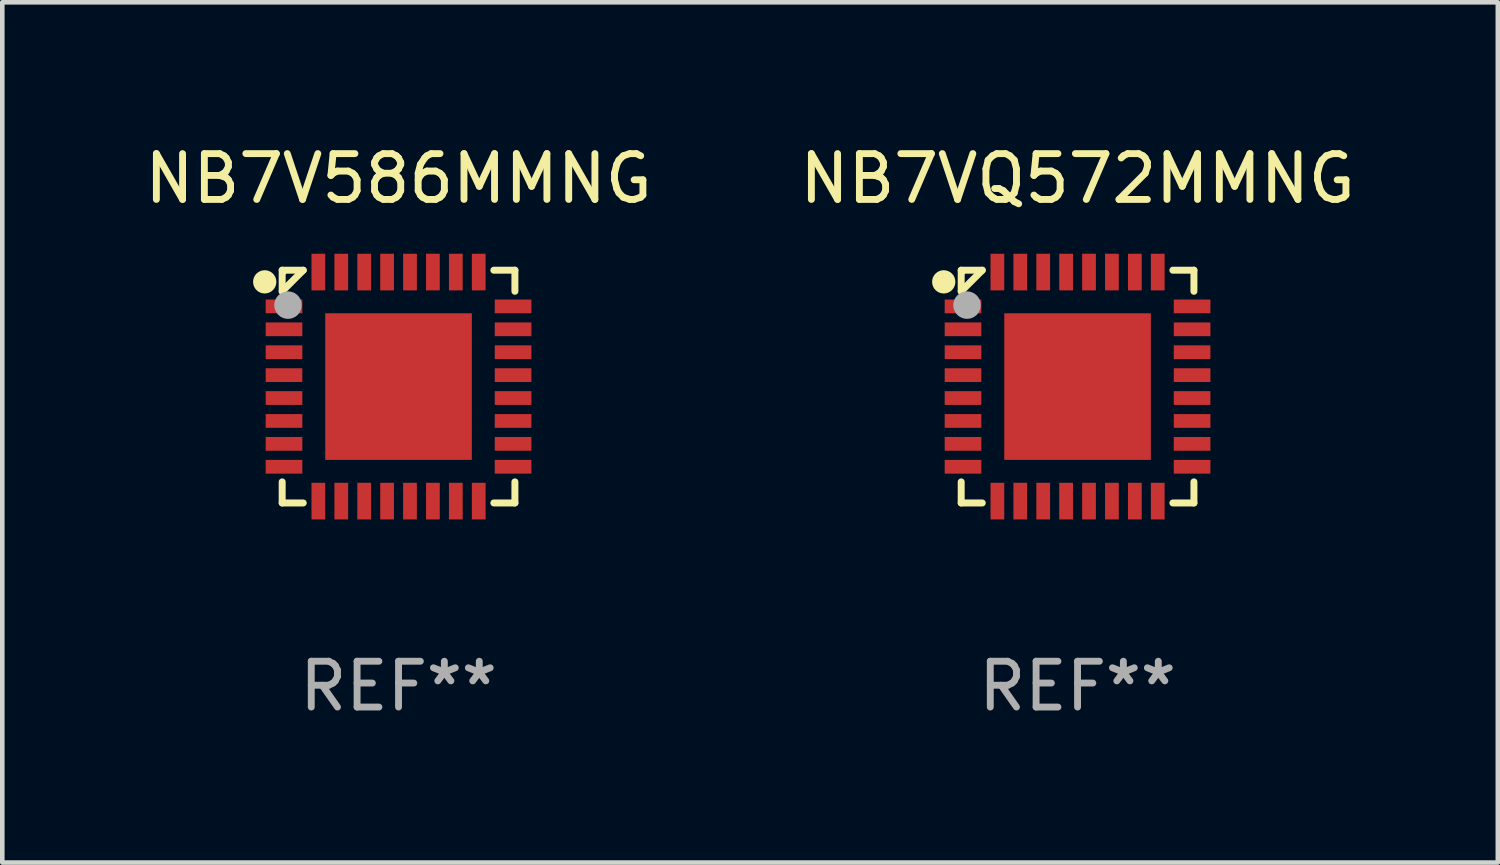
<source format=kicad_pcb>
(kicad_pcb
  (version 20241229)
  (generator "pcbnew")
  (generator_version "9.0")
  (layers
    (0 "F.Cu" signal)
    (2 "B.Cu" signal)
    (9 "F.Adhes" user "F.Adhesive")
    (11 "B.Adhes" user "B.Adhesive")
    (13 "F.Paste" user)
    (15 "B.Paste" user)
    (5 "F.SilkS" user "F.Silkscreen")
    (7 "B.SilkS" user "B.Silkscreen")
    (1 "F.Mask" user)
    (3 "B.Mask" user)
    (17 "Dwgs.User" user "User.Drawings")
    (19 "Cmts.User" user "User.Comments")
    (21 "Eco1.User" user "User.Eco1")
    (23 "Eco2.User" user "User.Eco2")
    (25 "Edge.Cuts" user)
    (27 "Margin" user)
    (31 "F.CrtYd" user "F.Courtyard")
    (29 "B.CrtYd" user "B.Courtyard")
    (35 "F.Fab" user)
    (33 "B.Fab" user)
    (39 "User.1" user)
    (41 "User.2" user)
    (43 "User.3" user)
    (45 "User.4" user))
  (footprint "NB7V586MMNG"
    (layer "F.Cu")
    (at 5.649 5.388)
    (property "Reference" "NB7V586MMNG" (at 0 -4.54 0) (layer "F.SilkS") (effects (font (size 1 1) (thickness 0.15))))
    (attr through_hole)
    (fp_line (start -2.54 -2.54) (end -2.08 -2.54) (stroke (width 0.152) (type solid)) (layer "F.SilkS"))
    (fp_line (start -2.54 -2.08) (end -2.54 -2.54) (stroke (width 0.152) (type solid)) (layer "F.SilkS"))
    (fp_line (start -2.54 -2.08) (end -2.08 -2.54) (stroke (width 0.152) (type solid)) (layer "F.SilkS"))
    (fp_line (start -2.54 2.54) (end -2.54 2.08) (stroke (width 0.152) (type solid)) (layer "F.SilkS"))
    (fp_line (start -2.08 2.54) (end -2.54 2.54) (stroke (width 0.152) (type solid)) (layer "F.SilkS"))
    (fp_line (start 2.08 -2.54) (end 2.54 -2.54) (stroke (width 0.152) (type solid)) (layer "F.SilkS"))
    (fp_line (start 2.54 -2.54) (end 2.54 -2.08) (stroke (width 0.152) (type solid)) (layer "F.SilkS"))
    (fp_line (start 2.54 2.08) (end 2.54 2.54) (stroke (width 0.152) (type solid)) (layer "F.SilkS"))
    (fp_line (start 2.54 2.54) (end 2.08 2.54) (stroke (width 0.152) (type solid)) (layer "F.SilkS"))
    (fp_circle (center -2.921 -2.286) (end -2.794 -2.286) (stroke (width 0.254) (type solid)) (fill no) (layer "F.SilkS"))
    (fp_circle (center -2.5 -2.5) (end -2.47 -2.5) (stroke (width 0.06) (type solid)) (fill no) (layer "F.SilkS"))
    (fp_circle (center -2.413 -1.778) (end -2.263 -1.778) (stroke (width 0.3) (type solid)) (fill no) (layer "F.Fab"))
    (fp_text user "REF**" (at 0 6.54 0) (layer "F.Fab") (effects (font (size 1 1) (thickness 0.15))))
    (pad "1" smd rect (at -2.5 -1.75 90) (size 0.3 0.8) (layers "F.Cu" "F.Mask" "F.Paste"))
    (pad "2" smd rect (at -2.5 -1.25 90) (size 0.3 0.8) (layers "F.Cu" "F.Mask" "F.Paste"))
    (pad "3" smd rect (at -2.5 -0.75 90) (size 0.3 0.8) (layers "F.Cu" "F.Mask" "F.Paste"))
    (pad "4" smd rect (at -2.5 -0.25 90) (size 0.3 0.8) (layers "F.Cu" "F.Mask" "F.Paste"))
    (pad "5" smd rect (at -2.5 0.25 90) (size 0.3 0.8) (layers "F.Cu" "F.Mask" "F.Paste"))
    (pad "6" smd rect (at -2.5 0.75 90) (size 0.3 0.8) (layers "F.Cu" "F.Mask" "F.Paste"))
    (pad "7" smd rect (at -2.5 1.25 90) (size 0.3 0.8) (layers "F.Cu" "F.Mask" "F.Paste"))
    (pad "8" smd rect (at -2.5 1.75 90) (size 0.3 0.8) (layers "F.Cu" "F.Mask" "F.Paste"))
    (pad "9" smd rect (at -1.75 2.5 180) (size 0.3 0.8) (layers "F.Cu" "F.Mask" "F.Paste"))
    (pad "10" smd rect (at -1.25 2.5 180) (size 0.3 0.8) (layers "F.Cu" "F.Mask" "F.Paste"))
    (pad "11" smd rect (at -0.75 2.5 180) (size 0.3 0.8) (layers "F.Cu" "F.Mask" "F.Paste"))
    (pad "12" smd rect (at -0.25 2.5 180) (size 0.3 0.8) (layers "F.Cu" "F.Mask" "F.Paste"))
    (pad "13" smd rect (at 0.25 2.5 180) (size 0.3 0.8) (layers "F.Cu" "F.Mask" "F.Paste"))
    (pad "14" smd rect (at 0.75 2.5 180) (size 0.3 0.8) (layers "F.Cu" "F.Mask" "F.Paste"))
    (pad "15" smd rect (at 1.25 2.5 180) (size 0.3 0.8) (layers "F.Cu" "F.Mask" "F.Paste"))
    (pad "16" smd rect (at 1.75 2.5 180) (size 0.3 0.8) (layers "F.Cu" "F.Mask" "F.Paste"))
    (pad "17" smd rect (at 2.5 1.75 270) (size 0.3 0.8) (layers "F.Cu" "F.Mask" "F.Paste"))
    (pad "18" smd rect (at 2.5 1.25 270) (size 0.3 0.8) (layers "F.Cu" "F.Mask" "F.Paste"))
    (pad "19" smd rect (at 2.5 0.75 270) (size 0.3 0.8) (layers "F.Cu" "F.Mask" "F.Paste"))
    (pad "20" smd rect (at 2.5 0.25 270) (size 0.3 0.8) (layers "F.Cu" "F.Mask" "F.Paste"))
    (pad "21" smd rect (at 2.5 -0.25 270) (size 0.3 0.8) (layers "F.Cu" "F.Mask" "F.Paste"))
    (pad "22" smd rect (at 2.5 -0.75 270) (size 0.3 0.8) (layers "F.Cu" "F.Mask" "F.Paste"))
    (pad "23" smd rect (at 2.5 -1.25 270) (size 0.3 0.8) (layers "F.Cu" "F.Mask" "F.Paste"))
    (pad "24" smd rect (at 2.5 -1.75 270) (size 0.3 0.8) (layers "F.Cu" "F.Mask" "F.Paste"))
    (pad "25" smd rect (at 1.75 -2.5) (size 0.3 0.8) (layers "F.Cu" "F.Mask" "F.Paste"))
    (pad "26" smd rect (at 1.25 -2.5) (size 0.3 0.8) (layers "F.Cu" "F.Mask" "F.Paste"))
    (pad "27" smd rect (at 0.75 -2.5) (size 0.3 0.8) (layers "F.Cu" "F.Mask" "F.Paste"))
    (pad "28" smd rect (at 0.25 -2.5) (size 0.3 0.8) (layers "F.Cu" "F.Mask" "F.Paste"))
    (pad "29" smd rect (at -0.25 -2.5) (size 0.3 0.8) (layers "F.Cu" "F.Mask" "F.Paste"))
    (pad "30" smd rect (at -0.75 -2.5) (size 0.3 0.8) (layers "F.Cu" "F.Mask" "F.Paste"))
    (pad "31" smd rect (at -1.25 -2.5) (size 0.3 0.8) (layers "F.Cu" "F.Mask" "F.Paste"))
    (pad "32" smd rect (at -1.75 -2.5) (size 0.3 0.8) (layers "F.Cu" "F.Mask" "F.Paste"))
    (pad "33" smd rect (at 0 0 90) (size 3.2 3.2) (layers "F.Cu" "F.Mask" "F.Paste")))
  (footprint "NB7VQ572MMNG"
    (layer "F.Cu")
    (at 20.47 5.388)
    (property "Reference" "NB7VQ572MMNG" (at 0 -4.54 0) (layer "F.SilkS") (effects (font (size 1 1) (thickness 0.15))))
    (attr through_hole)
    (fp_line (start -2.54 -2.54) (end -2.08 -2.54) (stroke (width 0.152) (type solid)) (layer "F.SilkS"))
    (fp_line (start -2.54 -2.08) (end -2.54 -2.54) (stroke (width 0.152) (type solid)) (layer "F.SilkS"))
    (fp_line (start -2.54 -2.08) (end -2.08 -2.54) (stroke (width 0.152) (type solid)) (layer "F.SilkS"))
    (fp_line (start -2.54 2.54) (end -2.54 2.08) (stroke (width 0.152) (type solid)) (layer "F.SilkS"))
    (fp_line (start -2.08 2.54) (end -2.54 2.54) (stroke (width 0.152) (type solid)) (layer "F.SilkS"))
    (fp_line (start 2.08 -2.54) (end 2.54 -2.54) (stroke (width 0.152) (type solid)) (layer "F.SilkS"))
    (fp_line (start 2.54 -2.54) (end 2.54 -2.08) (stroke (width 0.152) (type solid)) (layer "F.SilkS"))
    (fp_line (start 2.54 2.08) (end 2.54 2.54) (stroke (width 0.152) (type solid)) (layer "F.SilkS"))
    (fp_line (start 2.54 2.54) (end 2.08 2.54) (stroke (width 0.152) (type solid)) (layer "F.SilkS"))
    (fp_circle (center -2.921 -2.286) (end -2.794 -2.286) (stroke (width 0.254) (type solid)) (fill no) (layer "F.SilkS"))
    (fp_circle (center -2.5 -2.5) (end -2.47 -2.5) (stroke (width 0.06) (type solid)) (fill no) (layer "F.SilkS"))
    (fp_circle (center -2.413 -1.778) (end -2.263 -1.778) (stroke (width 0.3) (type solid)) (fill no) (layer "F.Fab"))
    (fp_text user "REF**" (at 0 6.54 0) (layer "F.Fab") (effects (font (size 1 1) (thickness 0.15))))
    (pad "1" smd rect (at -2.5 -1.75 90) (size 0.3 0.8) (layers "F.Cu" "F.Mask" "F.Paste"))
    (pad "2" smd rect (at -2.5 -1.25 90) (size 0.3 0.8) (layers "F.Cu" "F.Mask" "F.Paste"))
    (pad "3" smd rect (at -2.5 -0.75 90) (size 0.3 0.8) (layers "F.Cu" "F.Mask" "F.Paste"))
    (pad "4" smd rect (at -2.5 -0.25 90) (size 0.3 0.8) (layers "F.Cu" "F.Mask" "F.Paste"))
    (pad "5" smd rect (at -2.5 0.25 90) (size 0.3 0.8) (layers "F.Cu" "F.Mask" "F.Paste"))
    (pad "6" smd rect (at -2.5 0.75 90) (size 0.3 0.8) (layers "F.Cu" "F.Mask" "F.Paste"))
    (pad "7" smd rect (at -2.5 1.25 90) (size 0.3 0.8) (layers "F.Cu" "F.Mask" "F.Paste"))
    (pad "8" smd rect (at -2.5 1.75 90) (size 0.3 0.8) (layers "F.Cu" "F.Mask" "F.Paste"))
    (pad "9" smd rect (at -1.75 2.5 180) (size 0.3 0.8) (layers "F.Cu" "F.Mask" "F.Paste"))
    (pad "10" smd rect (at -1.25 2.5 180) (size 0.3 0.8) (layers "F.Cu" "F.Mask" "F.Paste"))
    (pad "11" smd rect (at -0.75 2.5 180) (size 0.3 0.8) (layers "F.Cu" "F.Mask" "F.Paste"))
    (pad "12" smd rect (at -0.25 2.5 180) (size 0.3 0.8) (layers "F.Cu" "F.Mask" "F.Paste"))
    (pad "13" smd rect (at 0.25 2.5 180) (size 0.3 0.8) (layers "F.Cu" "F.Mask" "F.Paste"))
    (pad "14" smd rect (at 0.75 2.5 180) (size 0.3 0.8) (layers "F.Cu" "F.Mask" "F.Paste"))
    (pad "15" smd rect (at 1.25 2.5 180) (size 0.3 0.8) (layers "F.Cu" "F.Mask" "F.Paste"))
    (pad "16" smd rect (at 1.75 2.5 180) (size 0.3 0.8) (layers "F.Cu" "F.Mask" "F.Paste"))
    (pad "17" smd rect (at 2.5 1.75 270) (size 0.3 0.8) (layers "F.Cu" "F.Mask" "F.Paste"))
    (pad "18" smd rect (at 2.5 1.25 270) (size 0.3 0.8) (layers "F.Cu" "F.Mask" "F.Paste"))
    (pad "19" smd rect (at 2.5 0.75 270) (size 0.3 0.8) (layers "F.Cu" "F.Mask" "F.Paste"))
    (pad "20" smd rect (at 2.5 0.25 270) (size 0.3 0.8) (layers "F.Cu" "F.Mask" "F.Paste"))
    (pad "21" smd rect (at 2.5 -0.25 270) (size 0.3 0.8) (layers "F.Cu" "F.Mask" "F.Paste"))
    (pad "22" smd rect (at 2.5 -0.75 270) (size 0.3 0.8) (layers "F.Cu" "F.Mask" "F.Paste"))
    (pad "23" smd rect (at 2.5 -1.25 270) (size 0.3 0.8) (layers "F.Cu" "F.Mask" "F.Paste"))
    (pad "24" smd rect (at 2.5 -1.75 270) (size 0.3 0.8) (layers "F.Cu" "F.Mask" "F.Paste"))
    (pad "25" smd rect (at 1.75 -2.5) (size 0.3 0.8) (layers "F.Cu" "F.Mask" "F.Paste"))
    (pad "26" smd rect (at 1.25 -2.5) (size 0.3 0.8) (layers "F.Cu" "F.Mask" "F.Paste"))
    (pad "27" smd rect (at 0.75 -2.5) (size 0.3 0.8) (layers "F.Cu" "F.Mask" "F.Paste"))
    (pad "28" smd rect (at 0.25 -2.5) (size 0.3 0.8) (layers "F.Cu" "F.Mask" "F.Paste"))
    (pad "29" smd rect (at -0.25 -2.5) (size 0.3 0.8) (layers "F.Cu" "F.Mask" "F.Paste"))
    (pad "30" smd rect (at -0.75 -2.5) (size 0.3 0.8) (layers "F.Cu" "F.Mask" "F.Paste"))
    (pad "31" smd rect (at -1.25 -2.5) (size 0.3 0.8) (layers "F.Cu" "F.Mask" "F.Paste"))
    (pad "32" smd rect (at -1.75 -2.5) (size 0.3 0.8) (layers "F.Cu" "F.Mask" "F.Paste"))
    (pad "33" smd rect (at 0 0 90) (size 3.2 3.2) (layers "F.Cu" "F.Mask" "F.Paste")))
  (gr_rect
    (start -3 -3)
    (end 29.643 15.777)
    (stroke (width 0.1) (type default))
    (fill no)
    (layer "Edge.Cuts")))
</source>
